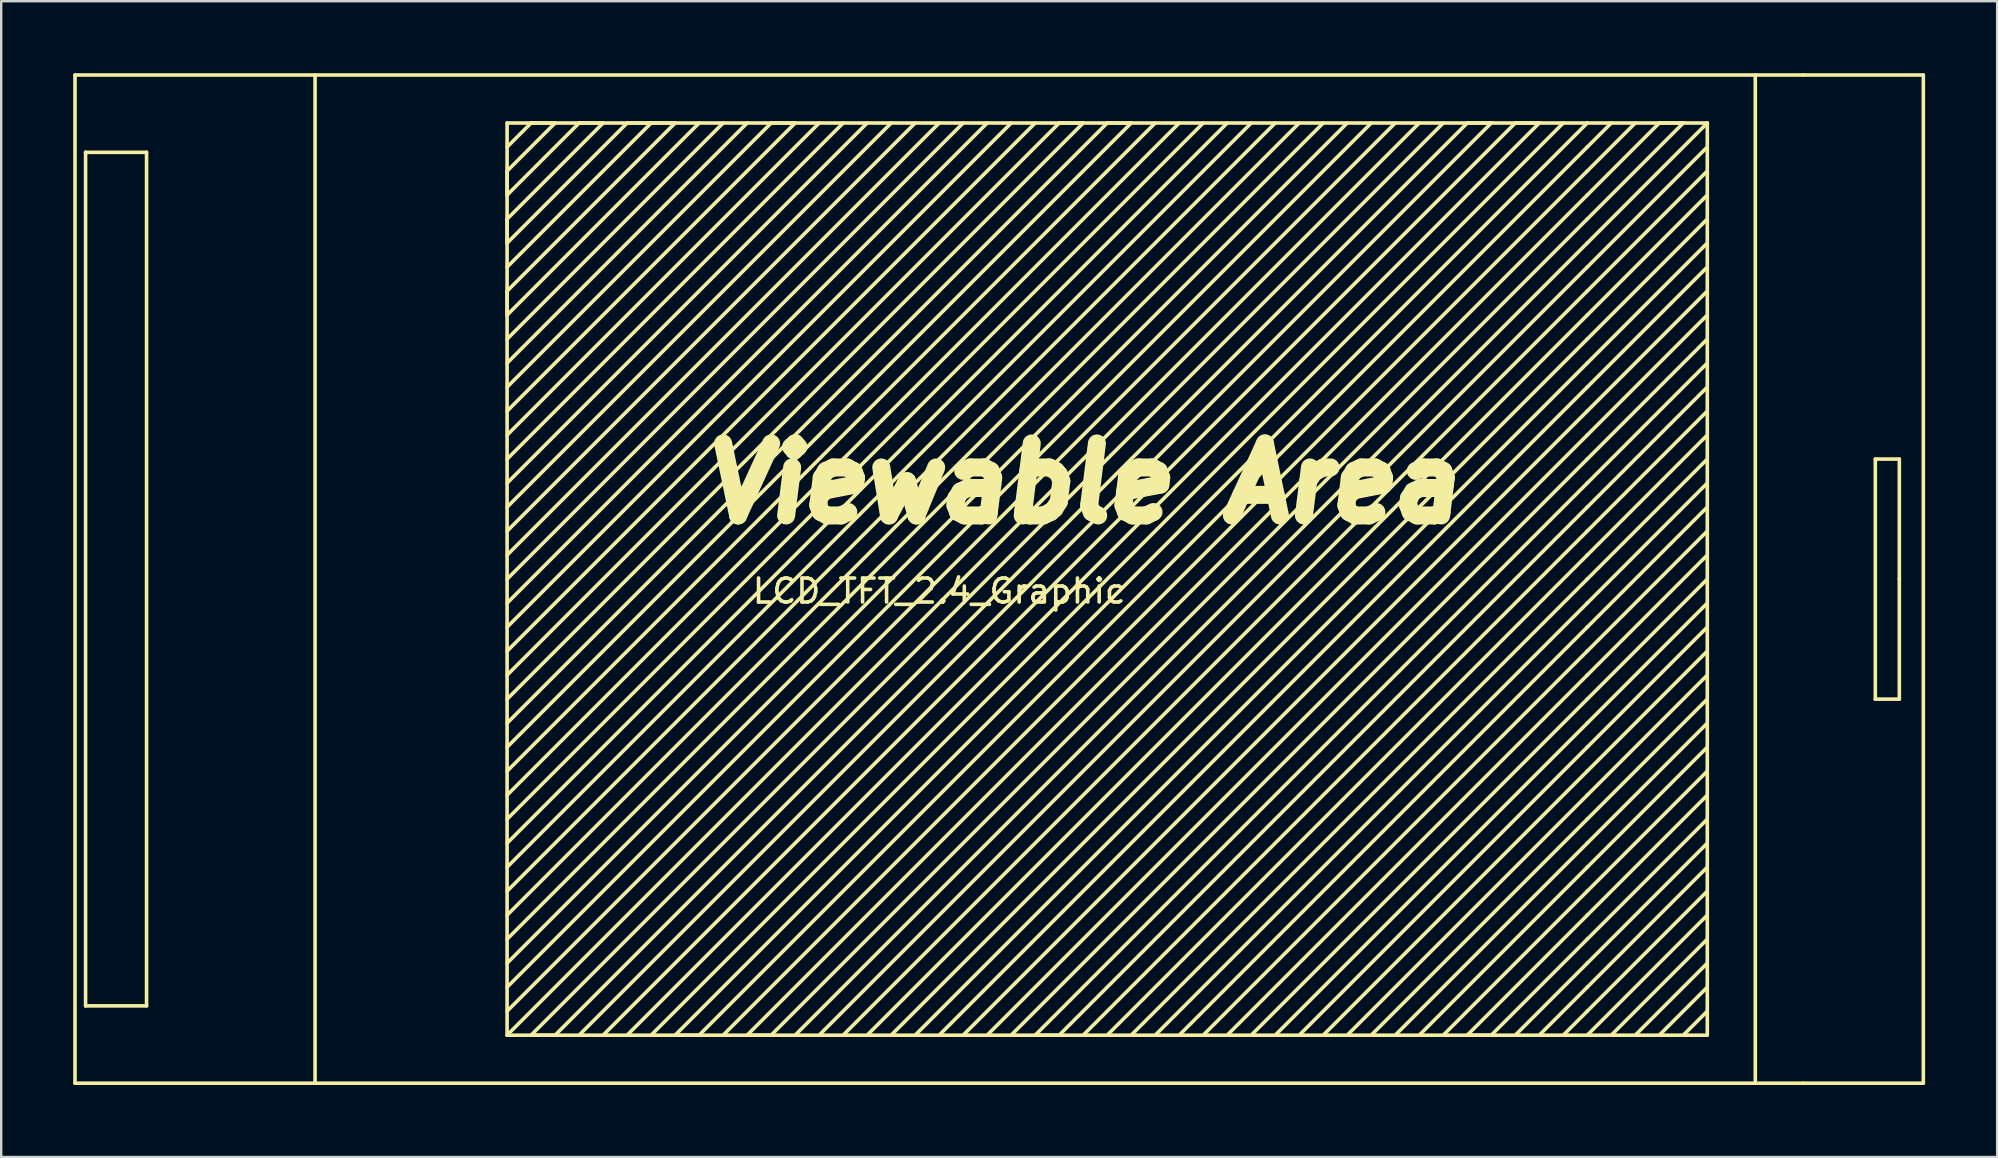
<source format=kicad_pcb>
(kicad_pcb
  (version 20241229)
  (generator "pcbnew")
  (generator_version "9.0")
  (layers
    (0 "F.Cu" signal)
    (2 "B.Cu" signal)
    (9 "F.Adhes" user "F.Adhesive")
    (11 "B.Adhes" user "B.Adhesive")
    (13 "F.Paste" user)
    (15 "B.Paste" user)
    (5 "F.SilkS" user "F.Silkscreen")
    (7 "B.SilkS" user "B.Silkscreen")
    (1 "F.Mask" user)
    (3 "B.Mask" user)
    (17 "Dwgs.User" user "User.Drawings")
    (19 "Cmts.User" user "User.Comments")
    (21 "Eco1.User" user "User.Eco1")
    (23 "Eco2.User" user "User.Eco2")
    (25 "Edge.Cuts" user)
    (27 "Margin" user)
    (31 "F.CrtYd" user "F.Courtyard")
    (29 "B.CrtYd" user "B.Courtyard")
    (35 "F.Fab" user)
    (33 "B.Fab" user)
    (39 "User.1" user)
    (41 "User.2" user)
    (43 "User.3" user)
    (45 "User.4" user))
  (footprint "LCD_TFT_2.4_Graphic"
    (layer "F.Cu")
    (at 36.075 21.075)
    (property "Reference" "LCD_TFT_2.4_Graphic" (at 0 0.5 0) (layer "F.SilkS") (effects (font (size 1 1) (thickness 0.15))))
    (attr through_hole)
    (fp_line (start -36 -21) (end -36 21) (stroke (width 0.15) (type solid)) (layer "F.SilkS"))
    (fp_line (start -36 -21) (end 36 -21) (stroke (width 0.15) (type solid)) (layer "F.SilkS"))
    (fp_line (start -36 21) (end 36 21) (stroke (width 0.15) (type solid)) (layer "F.SilkS"))
    (fp_line (start -35.56 -17.78) (end -33.02 -17.78) (stroke (width 0.15) (type solid)) (layer "F.SilkS"))
    (fp_line (start -35.56 17.78) (end -35.56 -17.78) (stroke (width 0.15) (type solid)) (layer "F.SilkS"))
    (fp_line (start -33.02 -17.78) (end -33.02 17.78) (stroke (width 0.15) (type solid)) (layer "F.SilkS"))
    (fp_line (start -33.02 17.78) (end -35.56 17.78) (stroke (width 0.15) (type solid)) (layer "F.SilkS"))
    (fp_line (start -26 -21) (end -26 21) (stroke (width 0.15) (type solid)) (layer "F.SilkS"))
    (fp_line (start -18 -19) (end 27 -19) (stroke (width 0.15) (type solid)) (layer "F.SilkS"))
    (fp_line (start -18 -18) (end -17 -19) (stroke (width 0.15) (type solid)) (layer "F.SilkS"))
    (fp_line (start -18 -17) (end -18 -16) (stroke (width 0.15) (type solid)) (layer "F.SilkS"))
    (fp_line (start -18 -16) (end -15 -19) (stroke (width 0.15) (type solid)) (layer "F.SilkS"))
    (fp_line (start -18 -15) (end -18 -14) (stroke (width 0.15) (type solid)) (layer "F.SilkS"))
    (fp_line (start -18 -14) (end -13 -19) (stroke (width 0.15) (type solid)) (layer "F.SilkS"))
    (fp_line (start -18 -12) (end -18 -11) (stroke (width 0.15) (type solid)) (layer "F.SilkS"))
    (fp_line (start -18 -11) (end -10 -19) (stroke (width 0.15) (type solid)) (layer "F.SilkS"))
    (fp_line (start -18 -8) (end -7 -19) (stroke (width 0.15) (type solid)) (layer "F.SilkS"))
    (fp_line (start -18 -6) (end -5 -19) (stroke (width 0.15) (type solid)) (layer "F.SilkS"))
    (fp_line (start -18 -4) (end -3 -19) (stroke (width 0.15) (type solid)) (layer "F.SilkS"))
    (fp_line (start -18 -2) (end -1 -19) (stroke (width 0.15) (type solid)) (layer "F.SilkS"))
    (fp_line (start -18 0) (end 1 -19) (stroke (width 0.15) (type solid)) (layer "F.SilkS"))
    (fp_line (start -18 2) (end 3 -19) (stroke (width 0.15) (type solid)) (layer "F.SilkS"))
    (fp_line (start -18 4) (end 5 -19) (stroke (width 0.15) (type solid)) (layer "F.SilkS"))
    (fp_line (start -18 6) (end 7 -19) (stroke (width 0.15) (type solid)) (layer "F.SilkS"))
    (fp_line (start -18 8) (end 9 -19) (stroke (width 0.15) (type solid)) (layer "F.SilkS"))
    (fp_line (start -18 10) (end 11 -19) (stroke (width 0.15) (type solid)) (layer "F.SilkS"))
    (fp_line (start -18 12) (end 13 -19) (stroke (width 0.15) (type solid)) (layer "F.SilkS"))
    (fp_line (start -18 13) (end 14 -19) (stroke (width 0.15) (type solid)) (layer "F.SilkS"))
    (fp_line (start -18 15) (end 16 -19) (stroke (width 0.15) (type solid)) (layer "F.SilkS"))
    (fp_line (start -18 17) (end 18 -19) (stroke (width 0.15) (type solid)) (layer "F.SilkS"))
    (fp_line (start -18 19) (end -18 -19) (stroke (width 0.15) (type solid)) (layer "F.SilkS"))
    (fp_line (start -18 19) (end 20 -19) (stroke (width 0.15) (type solid)) (layer "F.SilkS"))
    (fp_line (start -17 -19) (end -16 -19) (stroke (width 0.15) (type solid)) (layer "F.SilkS"))
    (fp_line (start -17 19) (end -16 19) (stroke (width 0.15) (type solid)) (layer "F.SilkS"))
    (fp_line (start -16 -19) (end -18 -17) (stroke (width 0.15) (type solid)) (layer "F.SilkS"))
    (fp_line (start -16 19) (end 22 -19) (stroke (width 0.15) (type solid)) (layer "F.SilkS"))
    (fp_line (start -15 -19) (end -14 -19) (stroke (width 0.15) (type solid)) (layer "F.SilkS"))
    (fp_line (start -14 -19) (end -18 -15) (stroke (width 0.15) (type solid)) (layer "F.SilkS"))
    (fp_line (start -14 19) (end 24 -19) (stroke (width 0.15) (type solid)) (layer "F.SilkS"))
    (fp_line (start -13 -19) (end -12 -19) (stroke (width 0.15) (type solid)) (layer "F.SilkS"))
    (fp_line (start -12 -19) (end -18 -13) (stroke (width 0.15) (type solid)) (layer "F.SilkS"))
    (fp_line (start -12 -19) (end -11 -19) (stroke (width 0.15) (type solid)) (layer "F.SilkS"))
    (fp_line (start -12 19) (end 26 -19) (stroke (width 0.15) (type solid)) (layer "F.SilkS"))
    (fp_line (start -11 -19) (end -18 -12) (stroke (width 0.15) (type solid)) (layer "F.SilkS"))
    (fp_line (start -11 19) (end -10 19) (stroke (width 0.15) (type solid)) (layer "F.SilkS"))
    (fp_line (start -10 19) (end 27 -18) (stroke (width 0.15) (type solid)) (layer "F.SilkS"))
    (fp_line (start -9 -19) (end -18 -10) (stroke (width 0.15) (type solid)) (layer "F.SilkS"))
    (fp_line (start -8 -19) (end -18 -9) (stroke (width 0.15) (type solid)) (layer "F.SilkS"))
    (fp_line (start -8 19) (end -7 19) (stroke (width 0.15) (type solid)) (layer "F.SilkS"))
    (fp_line (start -7 -19) (end -6 -19) (stroke (width 0.15) (type solid)) (layer "F.SilkS"))
    (fp_line (start -7 19) (end 27 -15) (stroke (width 0.15) (type solid)) (layer "F.SilkS"))
    (fp_line (start -6 -19) (end -18 -7) (stroke (width 0.15) (type solid)) (layer "F.SilkS"))
    (fp_line (start -5 19) (end 27 -13) (stroke (width 0.15) (type solid)) (layer "F.SilkS"))
    (fp_line (start -4 -19) (end -18 -5) (stroke (width 0.15) (type solid)) (layer "F.SilkS"))
    (fp_line (start -2 -19) (end -18 -3) (stroke (width 0.15) (type solid)) (layer "F.SilkS"))
    (fp_line (start -2 19) (end 27 -10) (stroke (width 0.15) (type solid)) (layer "F.SilkS"))
    (fp_line (start 0 -19) (end -18 -1) (stroke (width 0.15) (type solid)) (layer "F.SilkS"))
    (fp_line (start 0 19) (end 27 -8) (stroke (width 0.15) (type solid)) (layer "F.SilkS"))
    (fp_line (start 2 -19) (end -18 1) (stroke (width 0.15) (type solid)) (layer "F.SilkS"))
    (fp_line (start 2 19) (end 27 -6) (stroke (width 0.15) (type solid)) (layer "F.SilkS"))
    (fp_line (start 4 -19) (end -18 3) (stroke (width 0.15) (type solid)) (layer "F.SilkS"))
    (fp_line (start 4 19) (end 5 19) (stroke (width 0.15) (type solid)) (layer "F.SilkS"))
    (fp_line (start 5 -19) (end 6 -19) (stroke (width 0.15) (type solid)) (layer "F.SilkS"))
    (fp_line (start 5 19) (end 27 -3) (stroke (width 0.15) (type solid)) (layer "F.SilkS"))
    (fp_line (start 6 -19) (end -18 5) (stroke (width 0.15) (type solid)) (layer "F.SilkS"))
    (fp_line (start 7 -19) (end 8 -19) (stroke (width 0.15) (type solid)) (layer "F.SilkS"))
    (fp_line (start 7 19) (end 27 -1) (stroke (width 0.15) (type solid)) (layer "F.SilkS"))
    (fp_line (start 8 -19) (end -18 7) (stroke (width 0.15) (type solid)) (layer "F.SilkS"))
    (fp_line (start 9 19) (end 27 1) (stroke (width 0.15) (type solid)) (layer "F.SilkS"))
    (fp_line (start 10 -19) (end -18 9) (stroke (width 0.15) (type solid)) (layer "F.SilkS"))
    (fp_line (start 11 19) (end 27 3) (stroke (width 0.15) (type solid)) (layer "F.SilkS"))
    (fp_line (start 12 -19) (end -18 11) (stroke (width 0.15) (type solid)) (layer "F.SilkS"))
    (fp_line (start 13 19) (end 27 5) (stroke (width 0.15) (type solid)) (layer "F.SilkS"))
    (fp_line (start 15 -19) (end -18 14) (stroke (width 0.15) (type solid)) (layer "F.SilkS"))
    (fp_line (start 15 19) (end 27 7) (stroke (width 0.15) (type solid)) (layer "F.SilkS"))
    (fp_line (start 17 -19) (end -18 16) (stroke (width 0.15) (type solid)) (layer "F.SilkS"))
    (fp_line (start 17 19) (end 27 9) (stroke (width 0.15) (type solid)) (layer "F.SilkS"))
    (fp_line (start 19 -19) (end -18 18) (stroke (width 0.15) (type solid)) (layer "F.SilkS"))
    (fp_line (start 19 19) (end 27 11) (stroke (width 0.15) (type solid)) (layer "F.SilkS"))
    (fp_line (start 21 -19) (end -17 19) (stroke (width 0.15) (type solid)) (layer "F.SilkS"))
    (fp_line (start 21 19) (end 27 13) (stroke (width 0.15) (type solid)) (layer "F.SilkS"))
    (fp_line (start 22 -19) (end 23 -19) (stroke (width 0.15) (type solid)) (layer "F.SilkS"))
    (fp_line (start 22 19) (end 23 19) (stroke (width 0.15) (type solid)) (layer "F.SilkS"))
    (fp_line (start 23 -19) (end -15 19) (stroke (width 0.15) (type solid)) (layer "F.SilkS"))
    (fp_line (start 23 19) (end 27 15) (stroke (width 0.15) (type solid)) (layer "F.SilkS"))
    (fp_line (start 24 -19) (end 25 -19) (stroke (width 0.15) (type solid)) (layer "F.SilkS"))
    (fp_line (start 25 -19) (end -13 19) (stroke (width 0.15) (type solid)) (layer "F.SilkS"))
    (fp_line (start 25 19) (end 27 17) (stroke (width 0.15) (type solid)) (layer "F.SilkS"))
    (fp_line (start 27 -19) (end -11 19) (stroke (width 0.15) (type solid)) (layer "F.SilkS"))
    (fp_line (start 27 -19) (end 32 -19) (stroke (width 0.15) (type solid)) (layer "F.SilkS"))
    (fp_line (start 27 -18) (end 28 -19) (stroke (width 0.15) (type solid)) (layer "F.SilkS"))
    (fp_line (start 27 -17) (end -9 19) (stroke (width 0.15) (type solid)) (layer "F.SilkS"))
    (fp_line (start 27 -16) (end -8 19) (stroke (width 0.15) (type solid)) (layer "F.SilkS"))
    (fp_line (start 27 -16) (end 30 -19) (stroke (width 0.15) (type solid)) (layer "F.SilkS"))
    (fp_line (start 27 -14) (end -6 19) (stroke (width 0.15) (type solid)) (layer "F.SilkS"))
    (fp_line (start 27 -13) (end 32 -18) (stroke (width 0.15) (type solid)) (layer "F.SilkS"))
    (fp_line (start 27 -12) (end -4 19) (stroke (width 0.15) (type solid)) (layer "F.SilkS"))
    (fp_line (start 27 -12) (end 32 -17) (stroke (width 0.15) (type solid)) (layer "F.SilkS"))
    (fp_line (start 27 -11) (end -3 19) (stroke (width 0.15) (type solid)) (layer "F.SilkS"))
    (fp_line (start 27 -11) (end 32 -16) (stroke (width 0.15) (type solid)) (layer "F.SilkS"))
    (fp_line (start 27 -10) (end 32 -15) (stroke (width 0.15) (type solid)) (layer "F.SilkS"))
    (fp_line (start 27 -9) (end -1 19) (stroke (width 0.15) (type solid)) (layer "F.SilkS"))
    (fp_line (start 27 -9) (end 32 -14) (stroke (width 0.15) (type solid)) (layer "F.SilkS"))
    (fp_line (start 27 -8) (end 32 -13) (stroke (width 0.15) (type solid)) (layer "F.SilkS"))
    (fp_line (start 27 -7) (end 1 19) (stroke (width 0.15) (type solid)) (layer "F.SilkS"))
    (fp_line (start 27 -7) (end 32 -12) (stroke (width 0.15) (type solid)) (layer "F.SilkS"))
    (fp_line (start 27 -6) (end 32 -11) (stroke (width 0.15) (type solid)) (layer "F.SilkS"))
    (fp_line (start 27 -5) (end 3 19) (stroke (width 0.15) (type solid)) (layer "F.SilkS"))
    (fp_line (start 27 -5) (end 32 -10) (stroke (width 0.15) (type solid)) (layer "F.SilkS"))
    (fp_line (start 27 -4) (end 4 19) (stroke (width 0.15) (type solid)) (layer "F.SilkS"))
    (fp_line (start 27 -4) (end 32 -9) (stroke (width 0.15) (type solid)) (layer "F.SilkS"))
    (fp_line (start 27 -3) (end 32 -8) (stroke (width 0.15) (type solid)) (layer "F.SilkS"))
    (fp_line (start 27 -2) (end 6 19) (stroke (width 0.15) (type solid)) (layer "F.SilkS"))
    (fp_line (start 27 -2) (end 32 -7) (stroke (width 0.15) (type solid)) (layer "F.SilkS"))
    (fp_line (start 27 -1) (end 32 -6) (stroke (width 0.15) (type solid)) (layer "F.SilkS"))
    (fp_line (start 27 0) (end 8 19) (stroke (width 0.15) (type solid)) (layer "F.SilkS"))
    (fp_line (start 27 0) (end 32 -5) (stroke (width 0.15) (type solid)) (layer "F.SilkS"))
    (fp_line (start 27 1) (end 32 -4) (stroke (width 0.15) (type solid)) (layer "F.SilkS"))
    (fp_line (start 27 2) (end 10 19) (stroke (width 0.15) (type solid)) (layer "F.SilkS"))
    (fp_line (start 27 2) (end 32 -3) (stroke (width 0.15) (type solid)) (layer "F.SilkS"))
    (fp_line (start 27 3) (end 32 -2) (stroke (width 0.15) (type solid)) (layer "F.SilkS"))
    (fp_line (start 27 4) (end 12 19) (stroke (width 0.15) (type solid)) (layer "F.SilkS"))
    (fp_line (start 27 4) (end 32 -1) (stroke (width 0.15) (type solid)) (layer "F.SilkS"))
    (fp_line (start 27 5) (end 32 0) (stroke (width 0.15) (type solid)) (layer "F.SilkS"))
    (fp_line (start 27 6) (end 14 19) (stroke (width 0.15) (type solid)) (layer "F.SilkS"))
    (fp_line (start 27 6) (end 32 1) (stroke (width 0.15) (type solid)) (layer "F.SilkS"))
    (fp_line (start 27 7) (end 32 2) (stroke (width 0.15) (type solid)) (layer "F.SilkS"))
    (fp_line (start 27 8) (end 16 19) (stroke (width 0.15) (type solid)) (layer "F.SilkS"))
    (fp_line (start 27 8) (end 32 3) (stroke (width 0.15) (type solid)) (layer "F.SilkS"))
    (fp_line (start 27 9) (end 32 4) (stroke (width 0.15) (type solid)) (layer "F.SilkS"))
    (fp_line (start 27 10) (end 18 19) (stroke (width 0.15) (type solid)) (layer "F.SilkS"))
    (fp_line (start 27 10) (end 32 5) (stroke (width 0.15) (type solid)) (layer "F.SilkS"))
    (fp_line (start 27 11) (end 32 6) (stroke (width 0.15) (type solid)) (layer "F.SilkS"))
    (fp_line (start 27 12) (end 20 19) (stroke (width 0.15) (type solid)) (layer "F.SilkS"))
    (fp_line (start 27 12) (end 32 7) (stroke (width 0.15) (type solid)) (layer "F.SilkS"))
    (fp_line (start 27 13) (end 32 8) (stroke (width 0.15) (type solid)) (layer "F.SilkS"))
    (fp_line (start 27 14) (end 22 19) (stroke (width 0.15) (type solid)) (layer "F.SilkS"))
    (fp_line (start 27 14) (end 32 9) (stroke (width 0.15) (type solid)) (layer "F.SilkS"))
    (fp_line (start 27 15) (end 32 10) (stroke (width 0.15) (type solid)) (layer "F.SilkS"))
    (fp_line (start 27 16) (end 24 19) (stroke (width 0.15) (type solid)) (layer "F.SilkS"))
    (fp_line (start 27 16) (end 32 11) (stroke (width 0.15) (type solid)) (layer "F.SilkS"))
    (fp_line (start 27 17) (end 32 12) (stroke (width 0.15) (type solid)) (layer "F.SilkS"))
    (fp_line (start 27 18) (end 26 19) (stroke (width 0.15) (type solid)) (layer "F.SilkS"))
    (fp_line (start 27 18) (end 32 13) (stroke (width 0.15) (type solid)) (layer "F.SilkS"))
    (fp_line (start 27 19) (end -18 19) (stroke (width 0.15) (type solid)) (layer "F.SilkS"))
    (fp_line (start 27 19) (end 32 14) (stroke (width 0.15) (type solid)) (layer "F.SilkS"))
    (fp_line (start 29 -19) (end 27 -17) (stroke (width 0.15) (type solid)) (layer "F.SilkS"))
    (fp_line (start 29 19) (end 32 16) (stroke (width 0.15) (type solid)) (layer "F.SilkS"))
    (fp_line (start 30 -19) (end 31 -19) (stroke (width 0.15) (type solid)) (layer "F.SilkS"))
    (fp_line (start 31 -19) (end 27 -15) (stroke (width 0.15) (type solid)) (layer "F.SilkS"))
    (fp_line (start 31 19) (end 32 18) (stroke (width 0.15) (type solid)) (layer "F.SilkS"))
    (fp_line (start 32 -19) (end 27 -14) (stroke (width 0.15) (type solid)) (layer "F.SilkS"))
    (fp_line (start 32 -19) (end 32 19) (stroke (width 0.15) (type solid)) (layer "F.SilkS"))
    (fp_line (start 32 15) (end 28 19) (stroke (width 0.15) (type solid)) (layer "F.SilkS"))
    (fp_line (start 32 17) (end 30 19) (stroke (width 0.15) (type solid)) (layer "F.SilkS"))
    (fp_line (start 32 19) (end 27 19) (stroke (width 0.15) (type solid)) (layer "F.SilkS"))
    (fp_line (start 34 -21) (end 34 21) (stroke (width 0.15) (type solid)) (layer "F.SilkS"))
    (fp_line (start 36 -21) (end 41 -21) (stroke (width 0.15) (type solid)) (layer "F.SilkS"))
    (fp_line (start 39 -5) (end 39 5) (stroke (width 0.15) (type solid)) (layer "F.SilkS"))
    (fp_line (start 39 5) (end 40 5) (stroke (width 0.15) (type solid)) (layer "F.SilkS"))
    (fp_line (start 40 -5) (end 39 -5) (stroke (width 0.15) (type solid)) (layer "F.SilkS"))
    (fp_line (start 40 0) (end 40 -5) (stroke (width 0.15) (type solid)) (layer "F.SilkS"))
    (fp_line (start 40 5) (end 40 0) (stroke (width 0.15) (type solid)) (layer "F.SilkS"))
    (fp_line (start 41 -21) (end 41 21) (stroke (width 0.15) (type solid)) (layer "F.SilkS"))
    (fp_line (start 41 21) (end 36 21) (stroke (width 0.15) (type solid)) (layer "F.SilkS"))
    (fp_text user "Viewable Area" (at 6 -4 0) (layer "F.SilkS") (effects (font (size 3 3) (thickness 0.75) (italic yes)))))
  (gr_rect
    (start -3 -3)
    (end 80.15 45.15)
    (stroke (width 0.1) (type default))
    (fill no)
    (layer "Edge.Cuts")))
</source>
